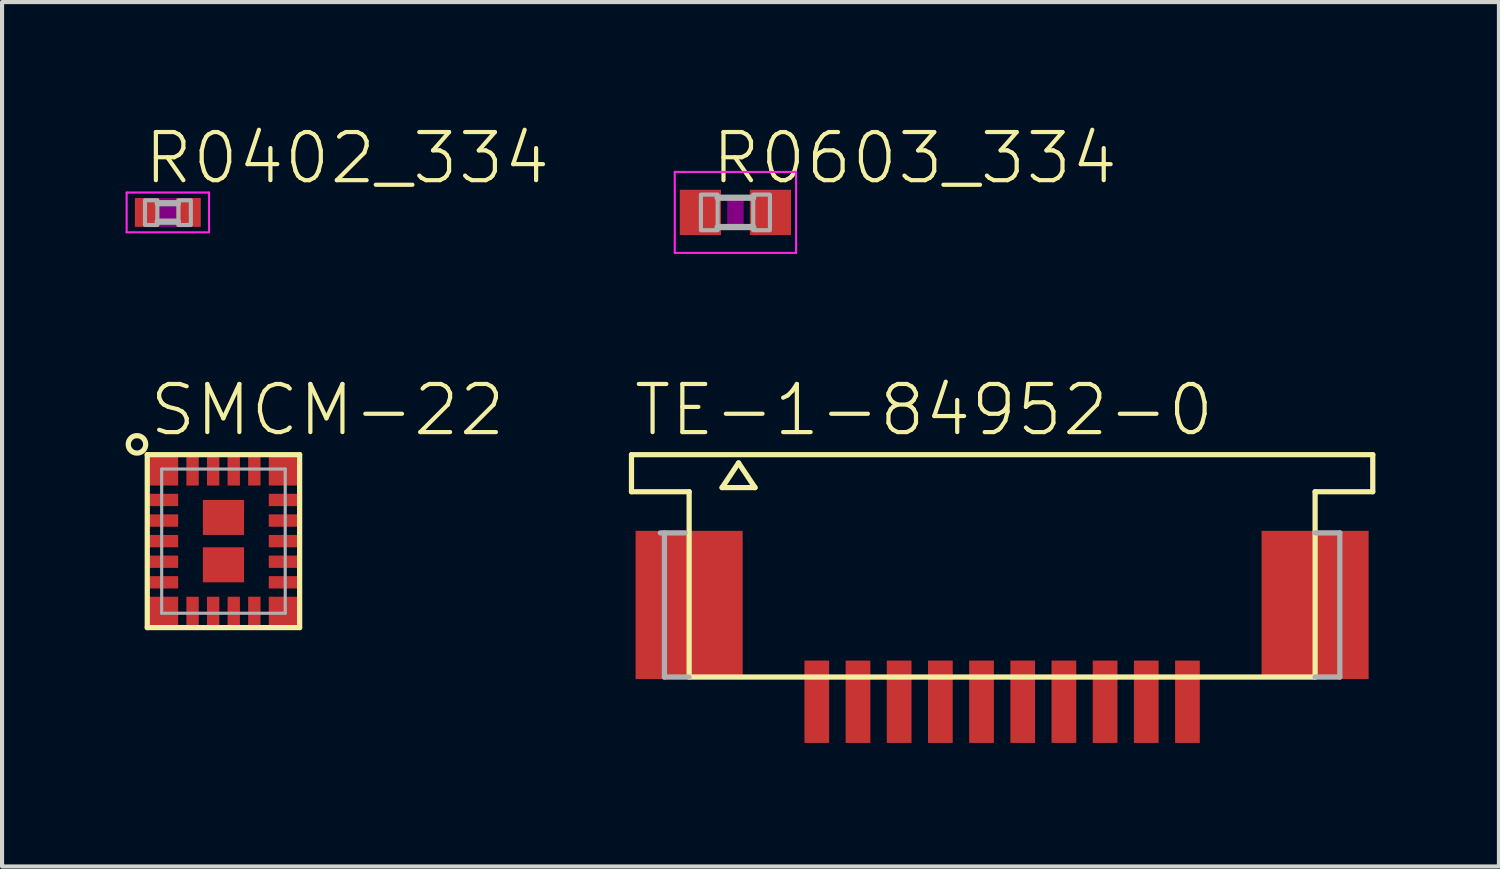
<source format=kicad_pcb>
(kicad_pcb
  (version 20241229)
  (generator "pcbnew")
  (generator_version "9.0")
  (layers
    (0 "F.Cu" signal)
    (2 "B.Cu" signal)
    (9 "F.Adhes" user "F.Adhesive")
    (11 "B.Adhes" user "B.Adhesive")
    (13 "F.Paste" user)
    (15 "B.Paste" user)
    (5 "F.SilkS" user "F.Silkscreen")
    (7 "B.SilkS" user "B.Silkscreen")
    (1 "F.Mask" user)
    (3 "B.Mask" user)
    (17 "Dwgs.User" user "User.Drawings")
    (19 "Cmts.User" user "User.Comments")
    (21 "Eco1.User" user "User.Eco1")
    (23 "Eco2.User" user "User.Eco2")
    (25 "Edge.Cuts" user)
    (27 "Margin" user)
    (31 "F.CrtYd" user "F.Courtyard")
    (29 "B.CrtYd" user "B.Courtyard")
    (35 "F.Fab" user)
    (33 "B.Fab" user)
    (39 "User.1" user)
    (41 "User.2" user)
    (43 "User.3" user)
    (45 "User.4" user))
  (footprint "TE-1-84952-0"
    (layer "F.Cu")
    (at 21.284 7.99)
    (property "Reference" "TE-1-84952-0" (at -9 -0.4 0) (unlocked yes) (layer "F.SilkS") (effects (font (size 1.168 1.168) (thickness 0.102)) (justify left bottom)))
    (fp_line (start -9 0) (end -9 0.9) (stroke (width 0.127) (type solid)) (layer "F.SilkS"))
    (fp_line (start -9 0) (end 9 0) (stroke (width 0.127) (type solid)) (layer "F.SilkS"))
    (fp_line (start -9 0.9) (end -7.6 0.9) (stroke (width 0.127) (type solid)) (layer "F.SilkS"))
    (fp_line (start -7.6 5.4) (end -7.6 0.9) (stroke (width 0.127) (type solid)) (layer "F.SilkS"))
    (fp_line (start -6.8 0.8) (end -6 0.8) (stroke (width 0.127) (type solid)) (layer "F.SilkS"))
    (fp_line (start -6.4 0.2) (end -6.8 0.8) (stroke (width 0.127) (type solid)) (layer "F.SilkS"))
    (fp_line (start -6 0.8) (end -6.4 0.2) (stroke (width 0.127) (type solid)) (layer "F.SilkS"))
    (fp_line (start 7.6 0.9) (end 7.6 5.4) (stroke (width 0.127) (type solid)) (layer "F.SilkS"))
    (fp_line (start 7.6 5.4) (end -7.6 5.4) (stroke (width 0.127) (type solid)) (layer "F.SilkS"))
    (fp_line (start 9 0) (end 9 0.9) (stroke (width 0.127) (type solid)) (layer "F.SilkS"))
    (fp_line (start 9 0.9) (end 7.6 0.9) (stroke (width 0.127) (type solid)) (layer "F.SilkS"))
    (fp_line (start -8.2 5.4) (end -8.2 1.9) (stroke (width 0.127) (type solid)) (layer "F.Fab"))
    (fp_line (start -8.2 5.4) (end -7.6 5.4) (stroke (width 0.127) (type solid)) (layer "F.Fab"))
    (fp_line (start -7.7 1.9) (end -8.3 1.9) (stroke (width 0.127) (type solid)) (layer "F.Fab"))
    (fp_line (start 7.6 5.4) (end 8.2 5.4) (stroke (width 0.127) (type solid)) (layer "F.Fab"))
    (fp_line (start 8.2 1.9) (end 7.6 1.9) (stroke (width 0.127) (type solid)) (layer "F.Fab"))
    (fp_line (start 8.2 5.4) (end 8.2 1.9) (stroke (width 0.127) (type solid)) (layer "F.Fab"))
    (pad "1" smd rect (at -4.5 6) (size 0.6 2) (layers "F.Cu" "F.Mask" "F.Paste"))
    (pad "2" smd rect (at -3.5 6) (size 0.6 2) (layers "F.Cu" "F.Mask" "F.Paste"))
    (pad "3" smd rect (at -2.5 6) (size 0.6 2) (layers "F.Cu" "F.Mask" "F.Paste"))
    (pad "4" smd rect (at -1.5 6) (size 0.6 2) (layers "F.Cu" "F.Mask" "F.Paste"))
    (pad "5" smd rect (at -0.5 6) (size 0.6 2) (layers "F.Cu" "F.Mask" "F.Paste"))
    (pad "6" smd rect (at 0.5 6) (size 0.6 2) (layers "F.Cu" "F.Mask" "F.Paste"))
    (pad "7" smd rect (at 1.5 6) (size 0.6 2) (layers "F.Cu" "F.Mask" "F.Paste"))
    (pad "8" smd rect (at 2.5 6) (size 0.6 2) (layers "F.Cu" "F.Mask" "F.Paste"))
    (pad "9" smd rect (at 3.5 6) (size 0.6 2) (layers "F.Cu" "F.Mask" "F.Paste"))
    (pad "10" smd rect (at 4.5 6) (size 0.6 2) (layers "F.Cu" "F.Mask" "F.Paste"))
    (pad "G1" smd rect (at -7.6 3.65) (size 2.6 3.6) (layers "F.Cu" "F.Mask" "F.Paste"))
    (pad "G2" smd rect (at 7.6 3.65) (size 2.6 3.6) (layers "F.Cu" "F.Mask" "F.Paste")))
  (footprint "R0402_334"
    (layer "F.Cu")
    (at 1.025 2.108)
    (property "Reference" "R0402_334" (at -0.635 -0.635 0) (unlocked yes) (layer "F.SilkS") (effects (font (size 1.168 1.168) (thickness 0.102)) (justify left bottom)))
    (fp_poly (pts (xy -0.2 0.35) (xy 0.2 0.35) (xy 0.2 -0.35) (xy -0.2 -0.35)) (stroke (width 0) (type default)) (fill yes) (layer "F.Adhes"))
    (fp_line (start -1 -0.483) (end 1 -0.483) (stroke (width 0.051) (type solid)) (layer "F.CrtYd"))
    (fp_line (start -1 0.483) (end -1 -0.483) (stroke (width 0.051) (type solid)) (layer "F.CrtYd"))
    (fp_line (start 1 -0.483) (end 1 0.483) (stroke (width 0.051) (type solid)) (layer "F.CrtYd"))
    (fp_line (start 1 0.483) (end -1 0.483) (stroke (width 0.051) (type solid)) (layer "F.CrtYd"))
    (fp_line (start -0.245 -0.224) (end 0.245 -0.224) (stroke (width 0.152) (type solid)) (layer "F.Fab"))
    (fp_line (start 0.245 0.224) (end -0.245 0.224) (stroke (width 0.152) (type solid)) (layer "F.Fab"))
    (fp_poly (pts (xy -0.554 0.305) (xy -0.254 0.305) (xy -0.254 -0.295) (xy -0.554 -0.295)) (stroke (width 0.1) (type default)) (fill no) (layer "F.Fab"))
    (fp_poly (pts (xy 0.259 0.305) (xy 0.559 0.305) (xy 0.559 -0.295) (xy 0.259 -0.295)) (stroke (width 0.1) (type default)) (fill no) (layer "F.Fab"))
    (pad "1" smd rect (at -0.5 0) (size 0.6 0.7) (layers "F.Cu" "F.Mask" "F.Paste"))
    (pad "2" smd rect (at 0.5 0) (size 0.6 0.7) (layers "F.Cu" "F.Mask" "F.Paste")))
  (footprint "SMCM-22"
    (layer "F.Cu")
    (at 2.376 10.09)
    (property "Reference" "SMCM-22" (at -1.85 -2.5 0) (unlocked yes) (layer "F.SilkS") (effects (font (size 1.168 1.168) (thickness 0.102)) (justify left bottom)))
    (fp_poly (pts (xy -1.9 -1.3) (xy -1.05 -1.3) (xy -1.05 -2.15) (xy -1.9 -2.15)) (stroke (width 0) (type default)) (fill yes) (layer "F.Mask"))
    (fp_poly (pts (xy -1.9 -0.8) (xy -1.05 -0.8) (xy -1.05 -1.2) (xy -1.9 -1.2)) (stroke (width 0) (type default)) (fill yes) (layer "F.Mask"))
    (fp_poly (pts (xy -1.9 -0.3) (xy -1.05 -0.3) (xy -1.05 -0.7) (xy -1.9 -0.7)) (stroke (width 0) (type default)) (fill yes) (layer "F.Mask"))
    (fp_poly (pts (xy -1.9 0.2) (xy -1.05 0.2) (xy -1.05 -0.2) (xy -1.9 -0.2)) (stroke (width 0) (type default)) (fill yes) (layer "F.Mask"))
    (fp_poly (pts (xy -1.9 0.7) (xy -1.05 0.7) (xy -1.05 0.3) (xy -1.9 0.3)) (stroke (width 0) (type default)) (fill yes) (layer "F.Mask"))
    (fp_poly (pts (xy -1.9 1.2) (xy -1.05 1.2) (xy -1.05 0.8) (xy -1.9 0.8)) (stroke (width 0) (type default)) (fill yes) (layer "F.Mask"))
    (fp_poly (pts (xy -1.9 2.15) (xy -1.05 2.15) (xy -1.05 1.3) (xy -1.9 1.3)) (stroke (width 0) (type default)) (fill yes) (layer "F.Mask"))
    (fp_poly (pts (xy -0.95 -2.15) (xy -0.95 -1.3) (xy -0.55 -1.3) (xy -0.55 -2.15)) (stroke (width 0) (type default)) (fill yes) (layer "F.Mask"))
    (fp_poly (pts (xy -0.95 1.3) (xy -0.95 2.15) (xy -0.55 2.15) (xy -0.55 1.3)) (stroke (width 0) (type default)) (fill yes) (layer "F.Mask"))
    (fp_poly (pts (xy -0.55 1.05) (xy 0.55 1.05) (xy 0.55 -1.05) (xy -0.55 -1.05)) (stroke (width 0) (type default)) (fill yes) (layer "F.Mask"))
    (fp_poly (pts (xy -0.45 -2.15) (xy -0.45 -1.3) (xy -0.05 -1.3) (xy -0.05 -2.15)) (stroke (width 0) (type default)) (fill yes) (layer "F.Mask"))
    (fp_poly (pts (xy -0.45 1.3) (xy -0.45 2.15) (xy -0.05 2.15) (xy -0.05 1.3)) (stroke (width 0) (type default)) (fill yes) (layer "F.Mask"))
    (fp_poly (pts (xy 0.05 -2.15) (xy 0.05 -1.3) (xy 0.45 -1.3) (xy 0.45 -2.15)) (stroke (width 0) (type default)) (fill yes) (layer "F.Mask"))
    (fp_poly (pts (xy 0.05 1.3) (xy 0.05 2.15) (xy 0.45 2.15) (xy 0.45 1.3)) (stroke (width 0) (type default)) (fill yes) (layer "F.Mask"))
    (fp_poly (pts (xy 0.55 -2.15) (xy 0.55 -1.3) (xy 0.95 -1.3) (xy 0.95 -2.15)) (stroke (width 0) (type default)) (fill yes) (layer "F.Mask"))
    (fp_poly (pts (xy 0.55 1.3) (xy 0.55 2.15) (xy 0.95 2.15) (xy 0.95 1.3)) (stroke (width 0) (type default)) (fill yes) (layer "F.Mask"))
    (fp_poly (pts (xy 1.05 -1.3) (xy 1.9 -1.3) (xy 1.9 -2.15) (xy 1.05 -2.15)) (stroke (width 0) (type default)) (fill yes) (layer "F.Mask"))
    (fp_poly (pts (xy 1.05 -0.8) (xy 1.9 -0.8) (xy 1.9 -1.2) (xy 1.05 -1.2)) (stroke (width 0) (type default)) (fill yes) (layer "F.Mask"))
    (fp_poly (pts (xy 1.05 -0.3) (xy 1.9 -0.3) (xy 1.9 -0.7) (xy 1.05 -0.7)) (stroke (width 0) (type default)) (fill yes) (layer "F.Mask"))
    (fp_poly (pts (xy 1.05 0.2) (xy 1.9 0.2) (xy 1.9 -0.2) (xy 1.05 -0.2)) (stroke (width 0) (type default)) (fill yes) (layer "F.Mask"))
    (fp_poly (pts (xy 1.05 0.7) (xy 1.9 0.7) (xy 1.9 0.3) (xy 1.05 0.3)) (stroke (width 0) (type default)) (fill yes) (layer "F.Mask"))
    (fp_poly (pts (xy 1.05 1.2) (xy 1.9 1.2) (xy 1.9 0.8) (xy 1.05 0.8)) (stroke (width 0) (type default)) (fill yes) (layer "F.Mask"))
    (fp_poly (pts (xy 1.05 2.15) (xy 1.9 2.15) (xy 1.9 1.3) (xy 1.05 1.3)) (stroke (width 0) (type default)) (fill yes) (layer "F.Mask"))
    (fp_line (start -1.85 -2.1) (end 1.85 -2.1) (stroke (width 0.127) (type solid)) (layer "F.SilkS"))
    (fp_line (start -1.85 2.1) (end -1.85 -2.1) (stroke (width 0.127) (type solid)) (layer "F.SilkS"))
    (fp_line (start 1.85 -2.1) (end 1.85 2.1) (stroke (width 0.127) (type solid)) (layer "F.SilkS"))
    (fp_line (start 1.85 2.1) (end -1.85 2.1) (stroke (width 0.127) (type solid)) (layer "F.SilkS"))
    (fp_circle (center -2.1 -2.35) (end -1.888 -2.35) (stroke (width 0.127) (type solid)) (fill no) (layer "F.SilkS"))
    (fp_poly (pts (xy -1.65 -1.35) (xy -1.1 -1.35) (xy -1.1 -1.9) (xy -1.65 -1.9)) (stroke (width 0) (type default)) (fill yes) (layer "F.Paste"))
    (fp_poly (pts (xy -1.65 -0.85) (xy -1.1 -0.85) (xy -1.1 -1.15) (xy -1.65 -1.15)) (stroke (width 0) (type default)) (fill yes) (layer "F.Paste"))
    (fp_poly (pts (xy -1.65 -0.35) (xy -1.1 -0.35) (xy -1.1 -0.65) (xy -1.65 -0.65)) (stroke (width 0) (type default)) (fill yes) (layer "F.Paste"))
    (fp_poly (pts (xy -1.65 0.15) (xy -1.1 0.15) (xy -1.1 -0.15) (xy -1.65 -0.15)) (stroke (width 0) (type default)) (fill yes) (layer "F.Paste"))
    (fp_poly (pts (xy -1.65 0.65) (xy -1.1 0.65) (xy -1.1 0.35) (xy -1.65 0.35)) (stroke (width 0) (type default)) (fill yes) (layer "F.Paste"))
    (fp_poly (pts (xy -1.65 1.15) (xy -1.1 1.15) (xy -1.1 0.85) (xy -1.65 0.85)) (stroke (width 0) (type default)) (fill yes) (layer "F.Paste"))
    (fp_poly (pts (xy -1.65 1.9) (xy -1.1 1.9) (xy -1.1 1.35) (xy -1.65 1.35)) (stroke (width 0) (type default)) (fill yes) (layer "F.Paste"))
    (fp_poly (pts (xy -0.6 -1.35) (xy -0.6 -1.9) (xy -0.9 -1.9) (xy -0.9 -1.35)) (stroke (width 0) (type default)) (fill yes) (layer "F.Paste"))
    (fp_poly (pts (xy -0.6 1.9) (xy -0.6 1.35) (xy -0.9 1.35) (xy -0.9 1.9)) (stroke (width 0) (type default)) (fill yes) (layer "F.Paste"))
    (fp_poly (pts (xy -0.45 -0.2) (xy 0.45 -0.2) (xy 0.45 -0.95) (xy -0.45 -0.95)) (stroke (width 0) (type default)) (fill yes) (layer "F.Paste"))
    (fp_poly (pts (xy -0.45 0.95) (xy 0.45 0.95) (xy 0.45 0.2) (xy -0.45 0.2)) (stroke (width 0) (type default)) (fill yes) (layer "F.Paste"))
    (fp_poly (pts (xy -0.1 -1.35) (xy -0.1 -1.9) (xy -0.4 -1.9) (xy -0.4 -1.35)) (stroke (width 0) (type default)) (fill yes) (layer "F.Paste"))
    (fp_poly (pts (xy -0.1 1.9) (xy -0.1 1.35) (xy -0.4 1.35) (xy -0.4 1.9)) (stroke (width 0) (type default)) (fill yes) (layer "F.Paste"))
    (fp_poly (pts (xy 0.4 -1.35) (xy 0.4 -1.9) (xy 0.1 -1.9) (xy 0.1 -1.35)) (stroke (width 0) (type default)) (fill yes) (layer "F.Paste"))
    (fp_poly (pts (xy 0.4 1.9) (xy 0.4 1.35) (xy 0.1 1.35) (xy 0.1 1.9)) (stroke (width 0) (type default)) (fill yes) (layer "F.Paste"))
    (fp_poly (pts (xy 0.9 -1.35) (xy 0.9 -1.9) (xy 0.6 -1.9) (xy 0.6 -1.35)) (stroke (width 0) (type default)) (fill yes) (layer "F.Paste"))
    (fp_poly (pts (xy 0.9 1.9) (xy 0.9 1.35) (xy 0.6 1.35) (xy 0.6 1.9)) (stroke (width 0) (type default)) (fill yes) (layer "F.Paste"))
    (fp_poly (pts (xy 1.1 -1.35) (xy 1.65 -1.35) (xy 1.65 -1.9) (xy 1.1 -1.9)) (stroke (width 0) (type default)) (fill yes) (layer "F.Paste"))
    (fp_poly (pts (xy 1.1 -0.85) (xy 1.65 -0.85) (xy 1.65 -1.15) (xy 1.1 -1.15)) (stroke (width 0) (type default)) (fill yes) (layer "F.Paste"))
    (fp_poly (pts (xy 1.1 -0.35) (xy 1.65 -0.35) (xy 1.65 -0.65) (xy 1.1 -0.65)) (stroke (width 0) (type default)) (fill yes) (layer "F.Paste"))
    (fp_poly (pts (xy 1.1 0.15) (xy 1.65 0.15) (xy 1.65 -0.15) (xy 1.1 -0.15)) (stroke (width 0) (type default)) (fill yes) (layer "F.Paste"))
    (fp_poly (pts (xy 1.1 0.65) (xy 1.65 0.65) (xy 1.65 0.35) (xy 1.1 0.35)) (stroke (width 0) (type default)) (fill yes) (layer "F.Paste"))
    (fp_poly (pts (xy 1.1 1.15) (xy 1.65 1.15) (xy 1.65 0.85) (xy 1.1 0.85)) (stroke (width 0) (type default)) (fill yes) (layer "F.Paste"))
    (fp_poly (pts (xy 1.1 1.9) (xy 1.65 1.9) (xy 1.65 1.35) (xy 1.1 1.35)) (stroke (width 0) (type default)) (fill yes) (layer "F.Paste"))
    (fp_line (start -1.5 -1.75) (end 1.5 -1.75) (stroke (width 0.076) (type solid)) (layer "F.Fab"))
    (fp_line (start -1.5 1.75) (end -1.5 -1.75) (stroke (width 0.076) (type solid)) (layer "F.Fab"))
    (fp_line (start 1.5 -1.75) (end 1.5 1.75) (stroke (width 0.076) (type solid)) (layer "F.Fab"))
    (fp_line (start 1.5 1.75) (end -1.5 1.75) (stroke (width 0.076) (type solid)) (layer "F.Fab"))
    (pad "1" smd rect (at -1.475 -1.725) (size 0.75 0.75) (layers "F.Cu"))
    (pad "2" smd rect (at -1.475 -1) (size 0.75 0.3) (layers "F.Cu"))
    (pad "3" smd rect (at -1.475 -0.5) (size 0.75 0.3) (layers "F.Cu"))
    (pad "4" smd rect (at -1.475 0) (size 0.75 0.3) (layers "F.Cu"))
    (pad "5" smd rect (at -1.475 0.5) (size 0.75 0.3) (layers "F.Cu"))
    (pad "6" smd rect (at -1.475 1) (size 0.75 0.3) (layers "F.Cu"))
    (pad "7" smd rect (at -1.475 1.725) (size 0.75 0.75) (layers "F.Cu"))
    (pad "8" smd rect (at -0.75 1.725 90) (size 0.75 0.3) (layers "F.Cu"))
    (pad "9" smd rect (at -0.25 1.725 90) (size 0.75 0.3) (layers "F.Cu"))
    (pad "10" smd rect (at 0.25 1.725 90) (size 0.75 0.3) (layers "F.Cu"))
    (pad "11" smd rect (at 0.75 1.725 90) (size 0.75 0.3) (layers "F.Cu"))
    (pad "12" smd rect (at 1.475 1.725) (size 0.75 0.75) (layers "F.Cu"))
    (pad "13" smd rect (at 1.475 1) (size 0.75 0.3) (layers "F.Cu"))
    (pad "14" smd rect (at 1.475 0.5) (size 0.75 0.3) (layers "F.Cu"))
    (pad "15" smd rect (at 1.475 0) (size 0.75 0.3) (layers "F.Cu"))
    (pad "16" smd rect (at 1.475 -0.5) (size 0.75 0.3) (layers "F.Cu"))
    (pad "17" smd rect (at 1.475 -1) (size 0.75 0.3) (layers "F.Cu"))
    (pad "18" smd rect (at 1.475 -1.725) (size 0.75 0.75) (layers "F.Cu"))
    (pad "19" smd rect (at 0.75 -1.725 90) (size 0.75 0.3) (layers "F.Cu"))
    (pad "20" smd rect (at 0.25 -1.725 90) (size 0.75 0.3) (layers "F.Cu"))
    (pad "21" smd rect (at -0.25 -1.725 90) (size 0.75 0.3) (layers "F.Cu"))
    (pad "22" smd rect (at -0.75 -1.725 90) (size 0.75 0.3) (layers "F.Cu"))
    (pad "PAD1" smd rect (at 0 -0.575 180) (size 1 0.85) (layers "F.Cu"))
    (pad "PAD2" smd rect (at 0 0.575 180) (size 1 0.85) (layers "F.Cu")))
  (footprint "R0603_334"
    (layer "F.Cu")
    (at 14.808 2.108)
    (property "Reference" "R0603_334" (at -0.635 -0.635 0) (unlocked yes) (layer "F.SilkS") (effects (font (size 1.168 1.168) (thickness 0.102)) (justify left bottom)))
    (fp_poly (pts (xy -0.2 0.4) (xy 0.2 0.4) (xy 0.2 -0.4) (xy -0.2 -0.4)) (stroke (width 0) (type default)) (fill yes) (layer "F.Adhes"))
    (fp_line (start -1.473 -0.983) (end 1.473 -0.983) (stroke (width 0.051) (type solid)) (layer "F.CrtYd"))
    (fp_line (start -1.473 0.983) (end -1.473 -0.983) (stroke (width 0.051) (type solid)) (layer "F.CrtYd"))
    (fp_line (start 1.473 -0.983) (end 1.473 0.983) (stroke (width 0.051) (type solid)) (layer "F.CrtYd"))
    (fp_line (start 1.473 0.983) (end -1.473 0.983) (stroke (width 0.051) (type solid)) (layer "F.CrtYd"))
    (fp_line (start -0.432 0.356) (end 0.432 0.356) (stroke (width 0.152) (type solid)) (layer "F.Fab"))
    (fp_line (start 0.432 -0.356) (end -0.432 -0.356) (stroke (width 0.152) (type solid)) (layer "F.Fab"))
    (fp_poly (pts (xy -0.838 0.432) (xy -0.432 0.432) (xy -0.432 -0.432) (xy -0.838 -0.432)) (stroke (width 0.1) (type default)) (fill no) (layer "F.Fab"))
    (fp_poly (pts (xy 0.432 0.432) (xy 0.838 0.432) (xy 0.838 -0.432) (xy 0.432 -0.432)) (stroke (width 0.1) (type default)) (fill no) (layer "F.Fab"))
    (pad "1" smd rect (at -0.85 0) (size 1 1.1) (layers "F.Cu" "F.Mask" "F.Paste"))
    (pad "2" smd rect (at 0.85 0) (size 1 1.1) (layers "F.Cu" "F.Mask" "F.Paste")))
  (gr_rect
    (start -3 -3)
    (end 33.348 17.99)
    (stroke (width 0.1) (type default))
    (fill no)
    (layer "Edge.Cuts")))
</source>
